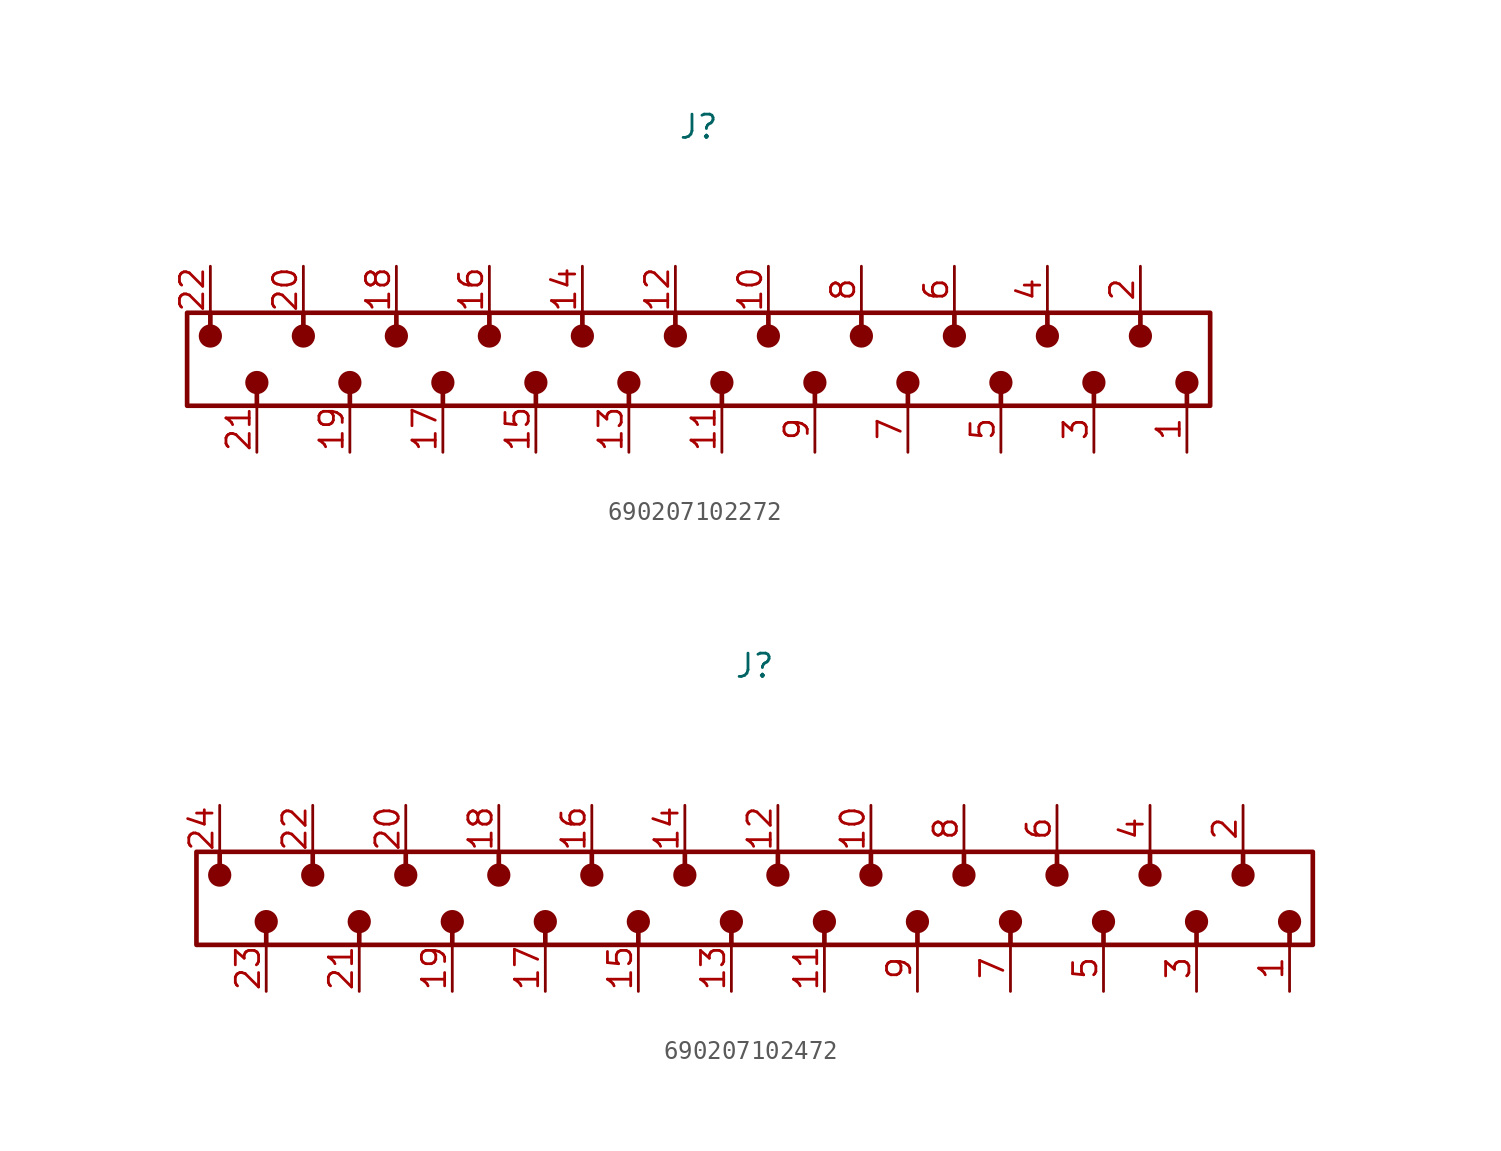
<source format=kicad_sym>
(kicad_symbol_lib
  (version 20241209)
  (generator "kicad_symbol_editor")
  (generator_version "9.0")
  (symbol "690207102272"
    (pin_names
      (hide yes))
    (property "Reference" "J"
      (at 0 12.7 0)
      (effects (font (size 1.27 1.27))))
    (symbol "690207102272_1_1"
      (rectangle (start -27.94 2.54) (end 27.94 -2.54) (stroke (width 0.254) (type solid)) (fill (type none)))
      (polyline (pts (xy -26.67 1.778) (xy -26.67 2.54)) (stroke (width 0.254) (type solid)) (fill (type none)))
      (circle (center -26.67 1.27) (radius 0.508) (stroke (width 0.254) (type solid)) (fill (type outline)))
      (circle (center -24.13 -1.27) (radius 0.508) (stroke (width 0.254) (type solid)) (fill (type outline)))
      (polyline (pts (xy -24.13 -1.778) (xy -24.13 -2.54)) (stroke (width 0.254) (type solid)) (fill (type none)))
      (polyline (pts (xy -21.59 1.778) (xy -21.59 2.54)) (stroke (width 0.254) (type solid)) (fill (type none)))
      (circle (center -21.59 1.27) (radius 0.508) (stroke (width 0.254) (type solid)) (fill (type outline)))
      (circle (center -19.05 -1.27) (radius 0.508) (stroke (width 0.254) (type solid)) (fill (type outline)))
      (polyline (pts (xy -19.05 -1.778) (xy -19.05 -2.54)) (stroke (width 0.254) (type solid)) (fill (type none)))
      (polyline (pts (xy -16.51 1.778) (xy -16.51 2.54)) (stroke (width 0.254) (type solid)) (fill (type none)))
      (circle (center -16.51 1.27) (radius 0.508) (stroke (width 0.254) (type solid)) (fill (type outline)))
      (circle (center -13.97 -1.27) (radius 0.508) (stroke (width 0.254) (type solid)) (fill (type outline)))
      (polyline (pts (xy -13.97 -1.778) (xy -13.97 -2.54)) (stroke (width 0.254) (type solid)) (fill (type none)))
      (polyline (pts (xy -11.43 1.778) (xy -11.43 2.54)) (stroke (width 0.254) (type solid)) (fill (type none)))
      (circle (center -11.43 1.27) (radius 0.508) (stroke (width 0.254) (type solid)) (fill (type outline)))
      (circle (center -8.89 -1.27) (radius 0.508) (stroke (width 0.254) (type solid)) (fill (type outline)))
      (polyline (pts (xy -8.89 -1.778) (xy -8.89 -2.54)) (stroke (width 0.254) (type solid)) (fill (type none)))
      (polyline (pts (xy -6.35 1.778) (xy -6.35 2.54)) (stroke (width 0.254) (type solid)) (fill (type none)))
      (circle (center -6.35 1.27) (radius 0.508) (stroke (width 0.254) (type solid)) (fill (type outline)))
      (circle (center -3.81 -1.27) (radius 0.508) (stroke (width 0.254) (type solid)) (fill (type outline)))
      (polyline (pts (xy -3.81 -1.778) (xy -3.81 -2.54)) (stroke (width 0.254) (type solid)) (fill (type none)))
      (polyline (pts (xy -1.27 1.778) (xy -1.27 2.54)) (stroke (width 0.254) (type solid)) (fill (type none)))
      (circle (center -1.27 1.27) (radius 0.508) (stroke (width 0.254) (type solid)) (fill (type outline)))
      (circle (center 1.27 -1.27) (radius 0.508) (stroke (width 0.254) (type solid)) (fill (type outline)))
      (polyline (pts (xy 1.27 -1.778) (xy 1.27 -2.54)) (stroke (width 0.254) (type solid)) (fill (type none)))
      (polyline (pts (xy 3.81 1.778) (xy 3.81 2.54)) (stroke (width 0.254) (type solid)) (fill (type none)))
      (circle (center 3.81 1.27) (radius 0.508) (stroke (width 0.254) (type solid)) (fill (type outline)))
      (circle (center 6.35 -1.27) (radius 0.508) (stroke (width 0.254) (type solid)) (fill (type outline)))
      (polyline (pts (xy 6.35 -1.778) (xy 6.35 -2.54)) (stroke (width 0.254) (type solid)) (fill (type none)))
      (polyline (pts (xy 8.89 1.778) (xy 8.89 2.54)) (stroke (width 0.254) (type solid)) (fill (type none)))
      (circle (center 8.89 1.27) (radius 0.508) (stroke (width 0.254) (type solid)) (fill (type outline)))
      (circle (center 11.43 -1.27) (radius 0.508) (stroke (width 0.254) (type solid)) (fill (type outline)))
      (polyline (pts (xy 11.43 -1.778) (xy 11.43 -2.54)) (stroke (width 0.254) (type solid)) (fill (type none)))
      (polyline (pts (xy 13.97 1.778) (xy 13.97 2.54)) (stroke (width 0.254) (type solid)) (fill (type none)))
      (circle (center 13.97 1.27) (radius 0.508) (stroke (width 0.254) (type solid)) (fill (type outline)))
      (circle (center 16.51 -1.27) (radius 0.508) (stroke (width 0.254) (type solid)) (fill (type outline)))
      (polyline (pts (xy 16.51 -1.778) (xy 16.51 -2.54)) (stroke (width 0.254) (type solid)) (fill (type none)))
      (polyline (pts (xy 19.05 1.778) (xy 19.05 2.54)) (stroke (width 0.254) (type solid)) (fill (type none)))
      (circle (center 19.05 1.27) (radius 0.508) (stroke (width 0.254) (type solid)) (fill (type outline)))
      (circle (center 21.59 -1.27) (radius 0.508) (stroke (width 0.254) (type solid)) (fill (type outline)))
      (polyline (pts (xy 21.59 -1.778) (xy 21.59 -2.54)) (stroke (width 0.254) (type solid)) (fill (type none)))
      (polyline (pts (xy 24.13 1.778) (xy 24.13 2.54)) (stroke (width 0.254) (type solid)) (fill (type none)))
      (circle (center 24.13 1.27) (radius 0.508) (stroke (width 0.254) (type solid)) (fill (type outline)))
      (circle (center 26.67 -1.27) (radius 0.508) (stroke (width 0.254) (type solid)) (fill (type outline)))
      (polyline (pts (xy 26.67 -1.778) (xy 26.67 -2.54)) (stroke (width 0.254) (type solid)) (fill (type none)))
      (pin passive line (at -26.67 5.08 270) (length 2.54) (name "22" (effects (font (size 1.27 1.27)))) (number "22" (effects (font (size 1.27 1.27)))))
      (pin passive line (at -24.13 -5.08 90) (length 2.54) (name "21" (effects (font (size 1.27 1.27)))) (number "21" (effects (font (size 1.27 1.27)))))
      (pin passive line (at -21.59 5.08 270) (length 2.54) (name "20" (effects (font (size 1.27 1.27)))) (number "20" (effects (font (size 1.27 1.27)))))
      (pin passive line (at -19.05 -5.08 90) (length 2.54) (name "19" (effects (font (size 1.27 1.27)))) (number "19" (effects (font (size 1.27 1.27)))))
      (pin passive line (at -16.51 5.08 270) (length 2.54) (name "18" (effects (font (size 1.27 1.27)))) (number "18" (effects (font (size 1.27 1.27)))))
      (pin passive line (at -13.97 -5.08 90) (length 2.54) (name "17" (effects (font (size 1.27 1.27)))) (number "17" (effects (font (size 1.27 1.27)))))
      (pin passive line (at -11.43 5.08 270) (length 2.54) (name "16" (effects (font (size 1.27 1.27)))) (number "16" (effects (font (size 1.27 1.27)))))
      (pin passive line (at -8.89 -5.08 90) (length 2.54) (name "15" (effects (font (size 1.27 1.27)))) (number "15" (effects (font (size 1.27 1.27)))))
      (pin passive line (at -6.35 5.08 270) (length 2.54) (name "14" (effects (font (size 1.27 1.27)))) (number "14" (effects (font (size 1.27 1.27)))))
      (pin passive line (at -3.81 -5.08 90) (length 2.54) (name "13" (effects (font (size 1.27 1.27)))) (number "13" (effects (font (size 1.27 1.27)))))
      (pin passive line (at -1.27 5.08 270) (length 2.54) (name "12" (effects (font (size 1.27 1.27)))) (number "12" (effects (font (size 1.27 1.27)))))
      (pin passive line (at 1.27 -5.08 90) (length 2.54) (name "11" (effects (font (size 1.27 1.27)))) (number "11" (effects (font (size 1.27 1.27)))))
      (pin passive line (at 3.81 5.08 270) (length 2.54) (name "10" (effects (font (size 1.27 1.27)))) (number "10" (effects (font (size 1.27 1.27)))))
      (pin passive line (at 6.35 -5.08 90) (length 2.54) (name "9" (effects (font (size 1.27 1.27)))) (number "9" (effects (font (size 1.27 1.27)))))
      (pin passive line (at 8.89 5.08 270) (length 2.54) (name "8" (effects (font (size 1.27 1.27)))) (number "8" (effects (font (size 1.27 1.27)))))
      (pin passive line (at 11.43 -5.08 90) (length 2.54) (name "7" (effects (font (size 1.27 1.27)))) (number "7" (effects (font (size 1.27 1.27)))))
      (pin passive line (at 13.97 5.08 270) (length 2.54) (name "6" (effects (font (size 1.27 1.27)))) (number "6" (effects (font (size 1.27 1.27)))))
      (pin passive line (at 16.51 -5.08 90) (length 2.54) (name "5" (effects (font (size 1.27 1.27)))) (number "5" (effects (font (size 1.27 1.27)))))
      (pin passive line (at 19.05 5.08 270) (length 2.54) (name "4" (effects (font (size 1.27 1.27)))) (number "4" (effects (font (size 1.27 1.27)))))
      (pin passive line (at 21.59 -5.08 90) (length 2.54) (name "3" (effects (font (size 1.27 1.27)))) (number "3" (effects (font (size 1.27 1.27)))))
      (pin passive line (at 24.13 5.08 270) (length 2.54) (name "2" (effects (font (size 1.27 1.27)))) (number "2" (effects (font (size 1.27 1.27)))))
      (pin passive line (at 26.67 -5.08 90) (length 2.54) (name "1" (effects (font (size 1.27 1.27)))) (number "1" (effects (font (size 1.27 1.27)))))))
  (symbol "690207102472"
    (pin_names
      (hide yes))
    (property "Reference" "J"
      (at 0 12.7 0)
      (effects (font (size 1.27 1.27))))
    (symbol "690207102472_1_1"
      (rectangle (start -30.48 2.54) (end 30.48 -2.54) (stroke (width 0.254) (type solid)) (fill (type none)))
      (polyline (pts (xy -29.21 1.778) (xy -29.21 2.54)) (stroke (width 0.254) (type solid)) (fill (type none)))
      (circle (center -29.21 1.27) (radius 0.508) (stroke (width 0.254) (type solid)) (fill (type outline)))
      (circle (center -26.67 -1.27) (radius 0.508) (stroke (width 0.254) (type solid)) (fill (type outline)))
      (polyline (pts (xy -26.67 -1.778) (xy -26.67 -2.54)) (stroke (width 0.254) (type solid)) (fill (type none)))
      (polyline (pts (xy -24.13 1.778) (xy -24.13 2.54)) (stroke (width 0.254) (type solid)) (fill (type none)))
      (circle (center -24.13 1.27) (radius 0.508) (stroke (width 0.254) (type solid)) (fill (type outline)))
      (circle (center -21.59 -1.27) (radius 0.508) (stroke (width 0.254) (type solid)) (fill (type outline)))
      (polyline (pts (xy -21.59 -1.778) (xy -21.59 -2.54)) (stroke (width 0.254) (type solid)) (fill (type none)))
      (polyline (pts (xy -19.05 1.778) (xy -19.05 2.54)) (stroke (width 0.254) (type solid)) (fill (type none)))
      (circle (center -19.05 1.27) (radius 0.508) (stroke (width 0.254) (type solid)) (fill (type outline)))
      (circle (center -16.51 -1.27) (radius 0.508) (stroke (width 0.254) (type solid)) (fill (type outline)))
      (polyline (pts (xy -16.51 -1.778) (xy -16.51 -2.54)) (stroke (width 0.254) (type solid)) (fill (type none)))
      (polyline (pts (xy -13.97 1.778) (xy -13.97 2.54)) (stroke (width 0.254) (type solid)) (fill (type none)))
      (circle (center -13.97 1.27) (radius 0.508) (stroke (width 0.254) (type solid)) (fill (type outline)))
      (circle (center -11.43 -1.27) (radius 0.508) (stroke (width 0.254) (type solid)) (fill (type outline)))
      (polyline (pts (xy -11.43 -1.778) (xy -11.43 -2.54)) (stroke (width 0.254) (type solid)) (fill (type none)))
      (polyline (pts (xy -8.89 1.778) (xy -8.89 2.54)) (stroke (width 0.254) (type solid)) (fill (type none)))
      (circle (center -8.89 1.27) (radius 0.508) (stroke (width 0.254) (type solid)) (fill (type outline)))
      (circle (center -6.35 -1.27) (radius 0.508) (stroke (width 0.254) (type solid)) (fill (type outline)))
      (polyline (pts (xy -6.35 -1.778) (xy -6.35 -2.54)) (stroke (width 0.254) (type solid)) (fill (type none)))
      (polyline (pts (xy -3.81 1.778) (xy -3.81 2.54)) (stroke (width 0.254) (type solid)) (fill (type none)))
      (circle (center -3.81 1.27) (radius 0.508) (stroke (width 0.254) (type solid)) (fill (type outline)))
      (circle (center -1.27 -1.27) (radius 0.508) (stroke (width 0.254) (type solid)) (fill (type outline)))
      (polyline (pts (xy -1.27 -1.778) (xy -1.27 -2.54)) (stroke (width 0.254) (type solid)) (fill (type none)))
      (polyline (pts (xy 1.27 1.778) (xy 1.27 2.54)) (stroke (width 0.254) (type solid)) (fill (type none)))
      (circle (center 1.27 1.27) (radius 0.508) (stroke (width 0.254) (type solid)) (fill (type outline)))
      (circle (center 3.81 -1.27) (radius 0.508) (stroke (width 0.254) (type solid)) (fill (type outline)))
      (polyline (pts (xy 3.81 -1.778) (xy 3.81 -2.54)) (stroke (width 0.254) (type solid)) (fill (type none)))
      (polyline (pts (xy 6.35 1.778) (xy 6.35 2.54)) (stroke (width 0.254) (type solid)) (fill (type none)))
      (circle (center 6.35 1.27) (radius 0.508) (stroke (width 0.254) (type solid)) (fill (type outline)))
      (circle (center 8.89 -1.27) (radius 0.508) (stroke (width 0.254) (type solid)) (fill (type outline)))
      (polyline (pts (xy 8.89 -1.778) (xy 8.89 -2.54)) (stroke (width 0.254) (type solid)) (fill (type none)))
      (polyline (pts (xy 11.43 1.778) (xy 11.43 2.54)) (stroke (width 0.254) (type solid)) (fill (type none)))
      (circle (center 11.43 1.27) (radius 0.508) (stroke (width 0.254) (type solid)) (fill (type outline)))
      (circle (center 13.97 -1.27) (radius 0.508) (stroke (width 0.254) (type solid)) (fill (type outline)))
      (polyline (pts (xy 13.97 -1.778) (xy 13.97 -2.54)) (stroke (width 0.254) (type solid)) (fill (type none)))
      (polyline (pts (xy 16.51 1.778) (xy 16.51 2.54)) (stroke (width 0.254) (type solid)) (fill (type none)))
      (circle (center 16.51 1.27) (radius 0.508) (stroke (width 0.254) (type solid)) (fill (type outline)))
      (circle (center 19.05 -1.27) (radius 0.508) (stroke (width 0.254) (type solid)) (fill (type outline)))
      (polyline (pts (xy 19.05 -1.778) (xy 19.05 -2.54)) (stroke (width 0.254) (type solid)) (fill (type none)))
      (polyline (pts (xy 21.59 1.778) (xy 21.59 2.54)) (stroke (width 0.254) (type solid)) (fill (type none)))
      (circle (center 21.59 1.27) (radius 0.508) (stroke (width 0.254) (type solid)) (fill (type outline)))
      (circle (center 24.13 -1.27) (radius 0.508) (stroke (width 0.254) (type solid)) (fill (type outline)))
      (polyline (pts (xy 24.13 -1.778) (xy 24.13 -2.54)) (stroke (width 0.254) (type solid)) (fill (type none)))
      (polyline (pts (xy 26.67 1.778) (xy 26.67 2.54)) (stroke (width 0.254) (type solid)) (fill (type none)))
      (circle (center 26.67 1.27) (radius 0.508) (stroke (width 0.254) (type solid)) (fill (type outline)))
      (circle (center 29.21 -1.27) (radius 0.508) (stroke (width 0.254) (type solid)) (fill (type outline)))
      (polyline (pts (xy 29.21 -1.778) (xy 29.21 -2.54)) (stroke (width 0.254) (type solid)) (fill (type none)))
      (pin passive line (at -29.21 5.08 270) (length 2.54) (name "24" (effects (font (size 1.27 1.27)))) (number "24" (effects (font (size 1.27 1.27)))))
      (pin passive line (at -26.67 -5.08 90) (length 2.54) (name "23" (effects (font (size 1.27 1.27)))) (number "23" (effects (font (size 1.27 1.27)))))
      (pin passive line (at -24.13 5.08 270) (length 2.54) (name "22" (effects (font (size 1.27 1.27)))) (number "22" (effects (font (size 1.27 1.27)))))
      (pin passive line (at -21.59 -5.08 90) (length 2.54) (name "21" (effects (font (size 1.27 1.27)))) (number "21" (effects (font (size 1.27 1.27)))))
      (pin passive line (at -19.05 5.08 270) (length 2.54) (name "20" (effects (font (size 1.27 1.27)))) (number "20" (effects (font (size 1.27 1.27)))))
      (pin passive line (at -16.51 -5.08 90) (length 2.54) (name "19" (effects (font (size 1.27 1.27)))) (number "19" (effects (font (size 1.27 1.27)))))
      (pin passive line (at -13.97 5.08 270) (length 2.54) (name "18" (effects (font (size 1.27 1.27)))) (number "18" (effects (font (size 1.27 1.27)))))
      (pin passive line (at -11.43 -5.08 90) (length 2.54) (name "17" (effects (font (size 1.27 1.27)))) (number "17" (effects (font (size 1.27 1.27)))))
      (pin passive line (at -8.89 5.08 270) (length 2.54) (name "16" (effects (font (size 1.27 1.27)))) (number "16" (effects (font (size 1.27 1.27)))))
      (pin passive line (at -6.35 -5.08 90) (length 2.54) (name "15" (effects (font (size 1.27 1.27)))) (number "15" (effects (font (size 1.27 1.27)))))
      (pin passive line (at -3.81 5.08 270) (length 2.54) (name "14" (effects (font (size 1.27 1.27)))) (number "14" (effects (font (size 1.27 1.27)))))
      (pin passive line (at -1.27 -5.08 90) (length 2.54) (name "13" (effects (font (size 1.27 1.27)))) (number "13" (effects (font (size 1.27 1.27)))))
      (pin passive line (at 1.27 5.08 270) (length 2.54) (name "12" (effects (font (size 1.27 1.27)))) (number "12" (effects (font (size 1.27 1.27)))))
      (pin passive line (at 3.81 -5.08 90) (length 2.54) (name "11" (effects (font (size 1.27 1.27)))) (number "11" (effects (font (size 1.27 1.27)))))
      (pin passive line (at 6.35 5.08 270) (length 2.54) (name "10" (effects (font (size 1.27 1.27)))) (number "10" (effects (font (size 1.27 1.27)))))
      (pin passive line (at 8.89 -5.08 90) (length 2.54) (name "9" (effects (font (size 1.27 1.27)))) (number "9" (effects (font (size 1.27 1.27)))))
      (pin passive line (at 11.43 5.08 270) (length 2.54) (name "8" (effects (font (size 1.27 1.27)))) (number "8" (effects (font (size 1.27 1.27)))))
      (pin passive line (at 13.97 -5.08 90) (length 2.54) (name "7" (effects (font (size 1.27 1.27)))) (number "7" (effects (font (size 1.27 1.27)))))
      (pin passive line (at 16.51 5.08 270) (length 2.54) (name "6" (effects (font (size 1.27 1.27)))) (number "6" (effects (font (size 1.27 1.27)))))
      (pin passive line (at 19.05 -5.08 90) (length 2.54) (name "5" (effects (font (size 1.27 1.27)))) (number "5" (effects (font (size 1.27 1.27)))))
      (pin passive line (at 21.59 5.08 270) (length 2.54) (name "4" (effects (font (size 1.27 1.27)))) (number "4" (effects (font (size 1.27 1.27)))))
      (pin passive line (at 24.13 -5.08 90) (length 2.54) (name "3" (effects (font (size 1.27 1.27)))) (number "3" (effects (font (size 1.27 1.27)))))
      (pin passive line (at 26.67 5.08 270) (length 2.54) (name "2" (effects (font (size 1.27 1.27)))) (number "2" (effects (font (size 1.27 1.27)))))
      (pin passive line (at 29.21 -5.08 90) (length 2.54) (name "1" (effects (font (size 1.27 1.27)))) (number "1" (effects (font (size 1.27 1.27))))))))
</source>
